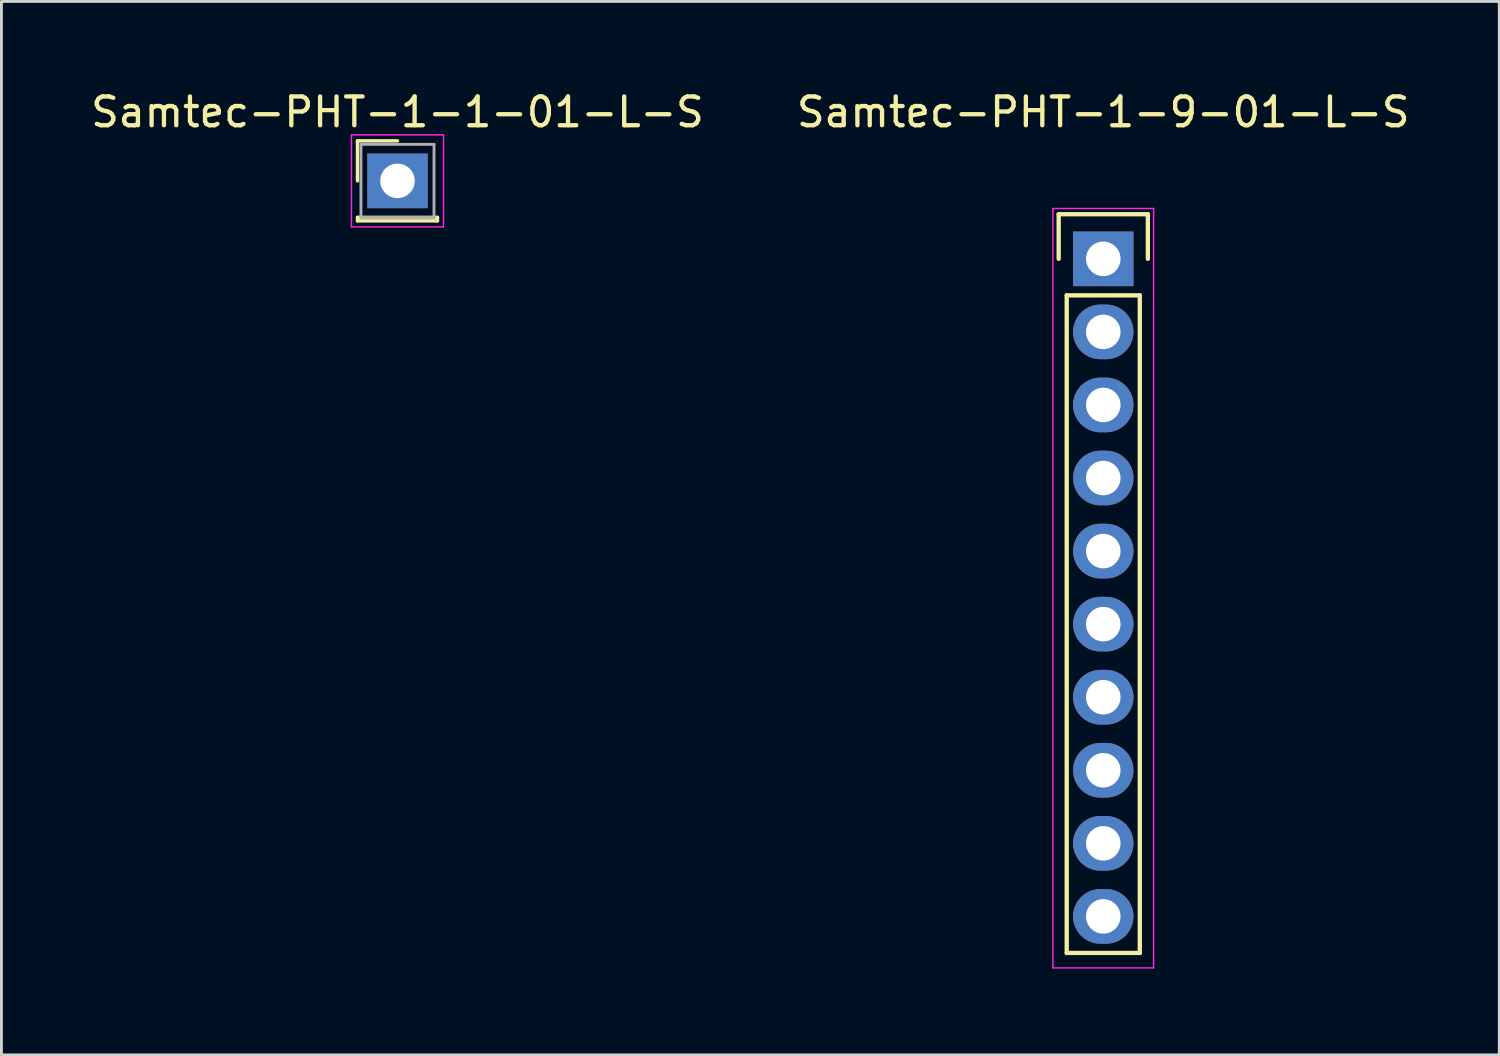
<source format=kicad_pcb>
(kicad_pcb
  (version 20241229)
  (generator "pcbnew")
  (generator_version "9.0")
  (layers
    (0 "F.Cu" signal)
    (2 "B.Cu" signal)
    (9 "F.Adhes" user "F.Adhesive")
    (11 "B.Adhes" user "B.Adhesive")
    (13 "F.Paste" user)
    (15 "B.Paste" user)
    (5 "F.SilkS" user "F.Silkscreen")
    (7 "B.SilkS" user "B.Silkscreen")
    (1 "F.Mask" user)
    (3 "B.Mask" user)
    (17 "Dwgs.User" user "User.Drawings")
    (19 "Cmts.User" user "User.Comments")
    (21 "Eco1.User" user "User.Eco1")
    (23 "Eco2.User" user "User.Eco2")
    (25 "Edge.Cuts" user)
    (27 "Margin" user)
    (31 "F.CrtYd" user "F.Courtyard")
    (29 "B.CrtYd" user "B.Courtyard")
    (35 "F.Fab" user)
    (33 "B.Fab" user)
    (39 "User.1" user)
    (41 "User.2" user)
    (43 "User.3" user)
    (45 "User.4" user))
  (footprint "Samtec-PHT-1-1-01-L-S"
    (layer "F.Cu")
    (at 10.768 3.238)
    (property "Reference" "Samtec-PHT-1-1-01-L-S" (at 0 -2.39 0) (layer "F.SilkS") (effects (font (size 1 1) (thickness 0.15))))
    (attr through_hole)
    (fp_line (start -1.39 -1.39) (end 0 -1.39) (stroke (width 0.12) (type solid)) (layer "F.SilkS"))
    (fp_line (start -1.39 0) (end -1.39 -1.39) (stroke (width 0.12) (type solid)) (layer "F.SilkS"))
    (fp_line (start -1.39 1.27) (end -1.39 1.39) (stroke (width 0.12) (type solid)) (layer "F.SilkS"))
    (fp_line (start -1.39 1.39) (end 1.39 1.39) (stroke (width 0.12) (type solid)) (layer "F.SilkS"))
    (fp_line (start 1.39 1.27) (end -1.39 1.27) (stroke (width 0.12) (type solid)) (layer "F.SilkS"))
    (fp_line (start 1.39 1.39) (end 1.39 1.27) (stroke (width 0.12) (type solid)) (layer "F.SilkS"))
    (fp_line (start -1.6 -1.6) (end -1.6 1.6) (stroke (width 0.05) (type solid)) (layer "F.CrtYd"))
    (fp_line (start -1.6 1.6) (end 1.6 1.6) (stroke (width 0.05) (type solid)) (layer "F.CrtYd"))
    (fp_line (start 1.6 -1.6) (end -1.6 -1.6) (stroke (width 0.05) (type solid)) (layer "F.CrtYd"))
    (fp_line (start 1.6 1.6) (end 1.6 -1.6) (stroke (width 0.05) (type solid)) (layer "F.CrtYd"))
    (fp_line (start -1.27 -1.27) (end -1.27 1.27) (stroke (width 0.1) (type solid)) (layer "F.Fab"))
    (fp_line (start -1.27 1.27) (end 1.27 1.27) (stroke (width 0.1) (type solid)) (layer "F.Fab"))
    (fp_line (start 1.27 -1.27) (end -1.27 -1.27) (stroke (width 0.1) (type solid)) (layer "F.Fab"))
    (fp_line (start 1.27 1.27) (end 1.27 -1.27) (stroke (width 0.1) (type solid)) (layer "F.Fab"))
    (pad "1" thru_hole rect (at 0 0) (size 2.1 1.9) (drill 1.2) (layers "*.Cu" "*.Mask")))
  (footprint "Samtec-PHT-1-9-01-L-S"
    (layer "F.Cu")
    (at 35.304 5.948)
    (property "Reference" "Samtec-PHT-1-9-01-L-S" (at 0 -5.1 0) (layer "F.SilkS") (effects (font (size 1 1) (thickness 0.15))))
    (attr through_hole)
    (fp_line (start -1.55 -1.55) (end 1.55 -1.55) (stroke (width 0.15) (type solid)) (layer "F.SilkS"))
    (fp_line (start -1.55 0) (end -1.55 -1.55) (stroke (width 0.15) (type solid)) (layer "F.SilkS"))
    (fp_line (start -1.27 24.13) (end -1.27 1.27) (stroke (width 0.15) (type solid)) (layer "F.SilkS"))
    (fp_line (start 1.27 1.27) (end -1.27 1.27) (stroke (width 0.15) (type solid)) (layer "F.SilkS"))
    (fp_line (start 1.27 1.27) (end 1.27 24.13) (stroke (width 0.15) (type solid)) (layer "F.SilkS"))
    (fp_line (start 1.27 24.13) (end -1.27 24.13) (stroke (width 0.15) (type solid)) (layer "F.SilkS"))
    (fp_line (start 1.55 -1.55) (end 1.55 0) (stroke (width 0.15) (type solid)) (layer "F.SilkS"))
    (fp_line (start -1.75 -1.75) (end -1.75 24.65) (stroke (width 0.05) (type solid)) (layer "F.CrtYd"))
    (fp_line (start -1.75 -1.75) (end 1.75 -1.75) (stroke (width 0.05) (type solid)) (layer "F.CrtYd"))
    (fp_line (start -1.75 24.65) (end 1.75 24.65) (stroke (width 0.05) (type solid)) (layer "F.CrtYd"))
    (fp_line (start 1.75 -1.75) (end 1.75 24.65) (stroke (width 0.05) (type solid)) (layer "F.CrtYd"))
    (pad "1" thru_hole rect (at 0 0) (size 2.1 1.9) (drill 1.2) (layers "*.Cu" "*.Mask"))
    (pad "2" thru_hole oval (at 0 2.54) (size 2.1 1.9) (drill 1.2) (layers "*.Cu" "*.Mask"))
    (pad "3" thru_hole oval (at 0 5.08) (size 2.1 1.9) (drill 1.2) (layers "*.Cu" "*.Mask"))
    (pad "4" thru_hole oval (at 0 7.62) (size 2.1 1.9) (drill 1.2) (layers "*.Cu" "*.Mask"))
    (pad "5" thru_hole oval (at 0 10.16) (size 2.1 1.9) (drill 1.2) (layers "*.Cu" "*.Mask"))
    (pad "6" thru_hole oval (at 0 12.7) (size 2.1 1.9) (drill 1.2) (layers "*.Cu" "*.Mask"))
    (pad "7" thru_hole oval (at 0 15.24) (size 2.1 1.9) (drill 1.2) (layers "*.Cu" "*.Mask"))
    (pad "8" thru_hole oval (at 0 17.78) (size 2.1 1.9) (drill 1.2) (layers "*.Cu" "*.Mask"))
    (pad "9" thru_hole oval (at 0 20.32) (size 2.1 1.9) (drill 1.2) (layers "*.Cu" "*.Mask"))
    (pad "10" thru_hole oval (at 0 22.86) (size 2.1 1.9) (drill 1.2) (layers "*.Cu" "*.Mask")))
  (gr_rect
    (start -3 -3)
    (end 49.071 33.623)
    (stroke (width 0.1) (type default))
    (fill no)
    (layer "Edge.Cuts")))
</source>
